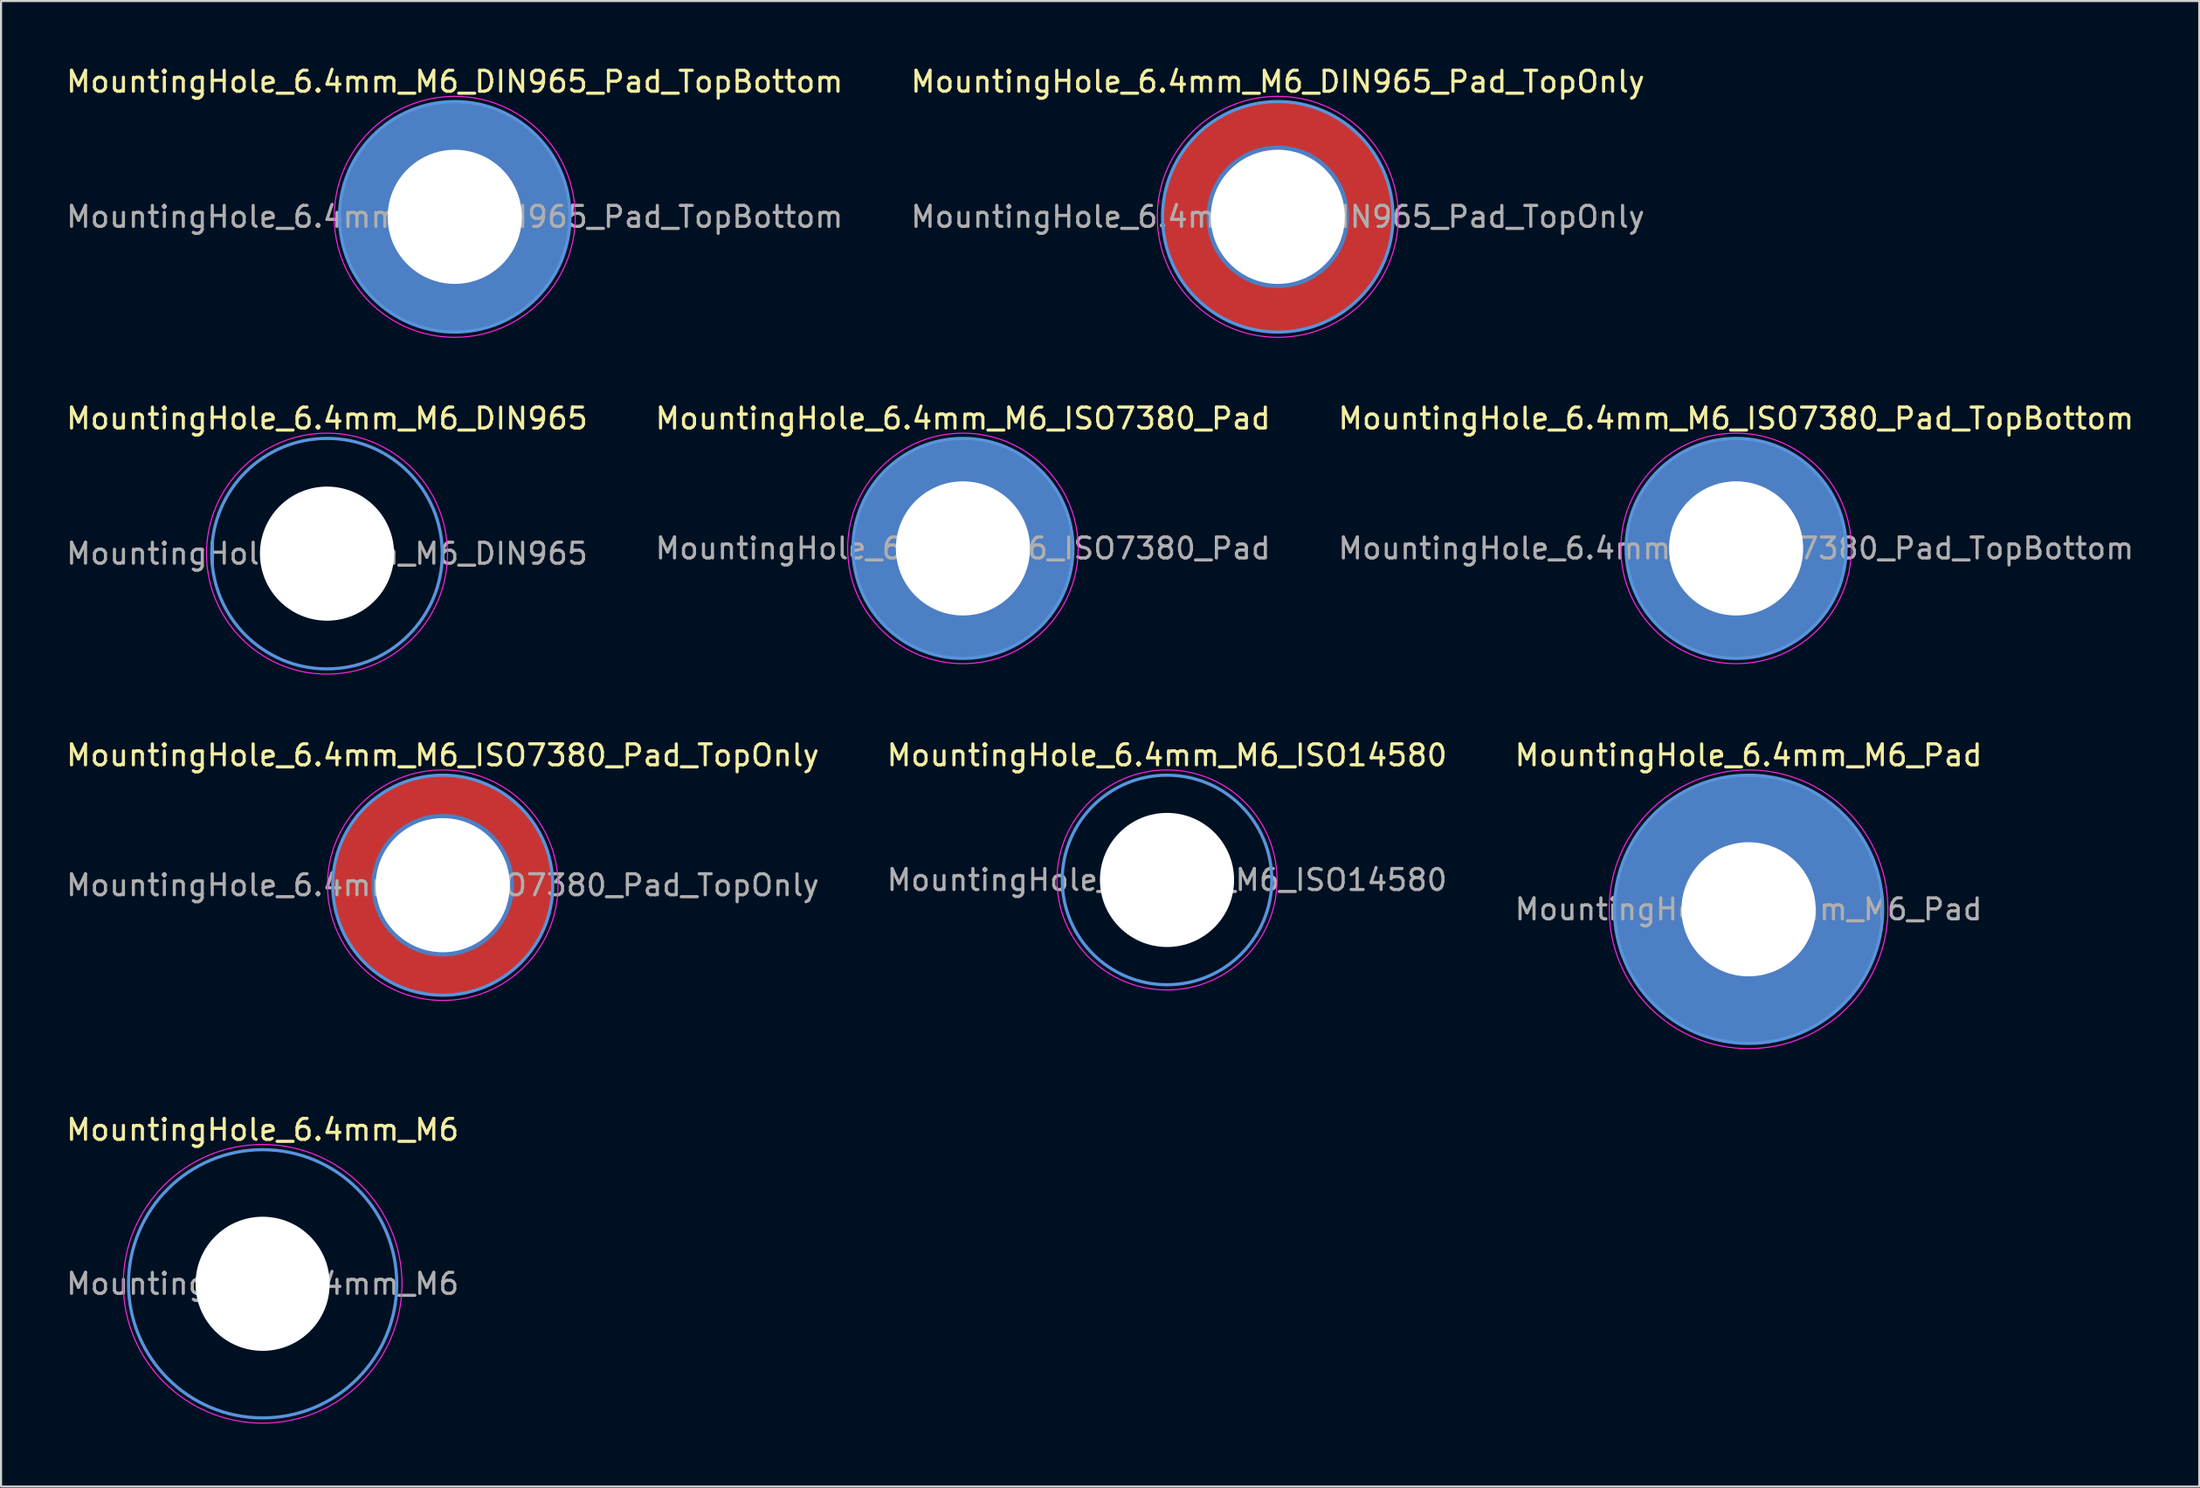
<source format=kicad_pcb>
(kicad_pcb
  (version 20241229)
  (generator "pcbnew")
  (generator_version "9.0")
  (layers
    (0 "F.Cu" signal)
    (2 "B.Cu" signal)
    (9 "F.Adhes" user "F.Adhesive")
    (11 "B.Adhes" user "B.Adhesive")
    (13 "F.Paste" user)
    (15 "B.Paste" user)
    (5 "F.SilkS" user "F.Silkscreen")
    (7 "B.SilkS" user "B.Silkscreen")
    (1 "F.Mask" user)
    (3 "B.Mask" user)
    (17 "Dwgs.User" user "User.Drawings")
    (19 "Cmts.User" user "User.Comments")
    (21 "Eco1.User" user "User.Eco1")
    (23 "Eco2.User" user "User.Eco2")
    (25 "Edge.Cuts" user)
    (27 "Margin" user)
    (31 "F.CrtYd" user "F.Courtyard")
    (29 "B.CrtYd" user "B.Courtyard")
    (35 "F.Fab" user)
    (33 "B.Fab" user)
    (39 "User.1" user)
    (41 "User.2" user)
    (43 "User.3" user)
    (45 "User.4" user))
  (footprint "MountingHole_6.4mm_M6_ISO7380_Pad"
    (layer "F.Cu")
    (at 42.899 23.122)
    (property "Reference" "MountingHole_6.4mm_M6_ISO7380_Pad" (at 0 -6.2 0) (layer "F.SilkS") (effects (font (size 1 1) (thickness 0.15))))
    (attr exclude_from_pos_files exclude_from_bom)
    (fp_circle (center 0 0) (end 5.25 0) (stroke (width 0.15) (type solid)) (fill no) (layer "Cmts.User"))
    (fp_circle (center 0 0) (end 5.5 0) (stroke (width 0.05) (type solid)) (fill no) (layer "F.CrtYd"))
    (fp_text user "${REFERENCE}" (at 0 0 0) (layer "F.Fab") (effects (font (size 1 1) (thickness 0.15))))
    (pad "1" thru_hole circle (at 0 0) (size 10.5 10.5) (drill 6.4) (layers "*.Cu" "*.Mask")))
  (footprint "MountingHole_6.4mm_M6_DIN965_Pad_TopOnly"
    (layer "F.Cu")
    (at 57.923 7.298)
    (property "Reference" "MountingHole_6.4mm_M6_DIN965_Pad_TopOnly" (at 0 -6.45 0) (layer "F.SilkS") (effects (font (size 1 1) (thickness 0.15))))
    (attr exclude_from_pos_files exclude_from_bom)
    (fp_circle (center 0 0) (end 5.5 0) (stroke (width 0.15) (type solid)) (fill no) (layer "Cmts.User"))
    (fp_circle (center 0 0) (end 5.75 0) (stroke (width 0.05) (type solid)) (fill no) (layer "F.CrtYd"))
    (fp_text user "${REFERENCE}" (at 0 0 0) (layer "F.Fab") (effects (font (size 1 1) (thickness 0.15))))
    (pad "1" thru_hole circle (at 0 0) (size 6.8 6.8) (drill 6.4) (layers "*.Cu" "*.Mask"))
    (pad "1" connect circle (at 0 0) (size 11 11) (layers "F.Cu" "F.Mask")))
  (footprint "MountingHole_6.4mm_M6"
    (layer "F.Cu")
    (at 9.482 58.218)
    (property "Reference" "MountingHole_6.4mm_M6" (at 0 -7.35 0) (layer "F.SilkS") (effects (font (size 1 1) (thickness 0.15))))
    (attr exclude_from_pos_files exclude_from_bom)
    (fp_circle (center 0 0) (end 6.4 0) (stroke (width 0.15) (type solid)) (fill no) (layer "Cmts.User"))
    (fp_circle (center 0 0) (end 6.65 0) (stroke (width 0.05) (type solid)) (fill no) (layer "F.CrtYd"))
    (fp_text user "${REFERENCE}" (at 0 0 0) (layer "F.Fab") (effects (font (size 1 1) (thickness 0.15))))
    (pad "" np_thru_hole circle (at 0 0) (size 6.4 6.4) (drill 6.4) (layers "*.Cu" "*.Mask")))
  (footprint "MountingHole_6.4mm_M6_Pad"
    (layer "F.Cu")
    (at 80.387 40.345)
    (property "Reference" "MountingHole_6.4mm_M6_Pad" (at 0 -7.35 0) (layer "F.SilkS") (effects (font (size 1 1) (thickness 0.15))))
    (attr exclude_from_pos_files exclude_from_bom)
    (fp_circle (center 0 0) (end 6.4 0) (stroke (width 0.15) (type solid)) (fill no) (layer "Cmts.User"))
    (fp_circle (center 0 0) (end 6.65 0) (stroke (width 0.05) (type solid)) (fill no) (layer "F.CrtYd"))
    (fp_text user "${REFERENCE}" (at 0 0 0) (layer "F.Fab") (effects (font (size 1 1) (thickness 0.15))))
    (pad "1" thru_hole circle (at 0 0) (size 12.8 12.8) (drill 6.4) (layers "*.Cu" "*.Mask")))
  (footprint "MountingHole_6.4mm_M6_DIN965"
    (layer "F.Cu")
    (at 12.554 23.372)
    (property "Reference" "MountingHole_6.4mm_M6_DIN965" (at 0 -6.45 0) (layer "F.SilkS") (effects (font (size 1 1) (thickness 0.15))))
    (attr exclude_from_pos_files exclude_from_bom)
    (fp_circle (center 0 0) (end 5.5 0) (stroke (width 0.15) (type solid)) (fill no) (layer "Cmts.User"))
    (fp_circle (center 0 0) (end 5.75 0) (stroke (width 0.05) (type solid)) (fill no) (layer "F.CrtYd"))
    (fp_text user "${REFERENCE}" (at 0 0 0) (layer "F.Fab") (effects (font (size 1 1) (thickness 0.15))))
    (pad "" np_thru_hole circle (at 0 0) (size 6.4 6.4) (drill 6.4) (layers "*.Cu" "*.Mask")))
  (footprint "MountingHole_6.4mm_M6_ISO7380_Pad_TopBottom"
    (layer "F.Cu")
    (at 79.792 23.122)
    (property "Reference" "MountingHole_6.4mm_M6_ISO7380_Pad_TopBottom" (at 0 -6.2 0) (layer "F.SilkS") (effects (font (size 1 1) (thickness 0.15))))
    (attr exclude_from_pos_files exclude_from_bom)
    (fp_circle (center 0 0) (end 5.25 0) (stroke (width 0.15) (type solid)) (fill no) (layer "Cmts.User"))
    (fp_circle (center 0 0) (end 5.5 0) (stroke (width 0.05) (type solid)) (fill no) (layer "F.CrtYd"))
    (fp_text user "${REFERENCE}" (at 0 0 0) (layer "F.Fab") (effects (font (size 1 1) (thickness 0.15))))
    (pad "1" thru_hole circle (at 0 0) (size 6.8 6.8) (drill 6.4) (layers "*.Cu" "*.Mask"))
    (pad "1" connect circle (at 0 0) (size 10.5 10.5) (layers "F.Cu" "F.Mask"))
    (pad "1" connect circle (at 0 0) (size 10.5 10.5) (layers "B.Cu" "B.Mask")))
  (footprint "MountingHole_6.4mm_M6_DIN965_Pad_TopBottom"
    (layer "F.Cu")
    (at 18.649 7.298)
    (property "Reference" "MountingHole_6.4mm_M6_DIN965_Pad_TopBottom" (at 0 -6.45 0) (layer "F.SilkS") (effects (font (size 1 1) (thickness 0.15))))
    (attr exclude_from_pos_files exclude_from_bom)
    (fp_circle (center 0 0) (end 5.5 0) (stroke (width 0.15) (type solid)) (fill no) (layer "Cmts.User"))
    (fp_circle (center 0 0) (end 5.75 0) (stroke (width 0.05) (type solid)) (fill no) (layer "F.CrtYd"))
    (fp_text user "${REFERENCE}" (at 0 0 0) (layer "F.Fab") (effects (font (size 1 1) (thickness 0.15))))
    (pad "1" thru_hole circle (at 0 0) (size 6.8 6.8) (drill 6.4) (layers "*.Cu" "*.Mask"))
    (pad "1" connect circle (at 0 0) (size 11 11) (layers "F.Cu" "F.Mask"))
    (pad "1" connect circle (at 0 0) (size 11 11) (layers "B.Cu" "B.Mask")))
  (footprint "MountingHole_6.4mm_M6_ISO7380_Pad_TopOnly"
    (layer "F.Cu")
    (at 18.077 39.195)
    (property "Reference" "MountingHole_6.4mm_M6_ISO7380_Pad_TopOnly" (at 0 -6.2 0) (layer "F.SilkS") (effects (font (size 1 1) (thickness 0.15))))
    (attr exclude_from_pos_files exclude_from_bom)
    (fp_circle (center 0 0) (end 5.25 0) (stroke (width 0.15) (type solid)) (fill no) (layer "Cmts.User"))
    (fp_circle (center 0 0) (end 5.5 0) (stroke (width 0.05) (type solid)) (fill no) (layer "F.CrtYd"))
    (fp_text user "${REFERENCE}" (at 0 0 0) (layer "F.Fab") (effects (font (size 1 1) (thickness 0.15))))
    (pad "1" thru_hole circle (at 0 0) (size 6.8 6.8) (drill 6.4) (layers "*.Cu" "*.Mask"))
    (pad "1" connect circle (at 0 0) (size 10.5 10.5) (layers "F.Cu" "F.Mask")))
  (footprint "MountingHole_6.4mm_M6_ISO14580"
    (layer "F.Cu")
    (at 52.637 38.945)
    (property "Reference" "MountingHole_6.4mm_M6_ISO14580" (at 0 -5.95 0) (layer "F.SilkS") (effects (font (size 1 1) (thickness 0.15))))
    (attr exclude_from_pos_files exclude_from_bom)
    (fp_circle (center 0 0) (end 5 0) (stroke (width 0.15) (type solid)) (fill no) (layer "Cmts.User"))
    (fp_circle (center 0 0) (end 5.25 0) (stroke (width 0.05) (type solid)) (fill no) (layer "F.CrtYd"))
    (fp_text user "${REFERENCE}" (at 0 0 0) (layer "F.Fab") (effects (font (size 1 1) (thickness 0.15))))
    (pad "" np_thru_hole circle (at 0 0) (size 6.4 6.4) (drill 6.4) (layers "*.Cu" "*.Mask")))
  (gr_rect
    (start -3 -3)
    (end 101.893 67.893)
    (stroke (width 0.1) (type default))
    (fill no)
    (layer "Edge.Cuts")))
</source>
